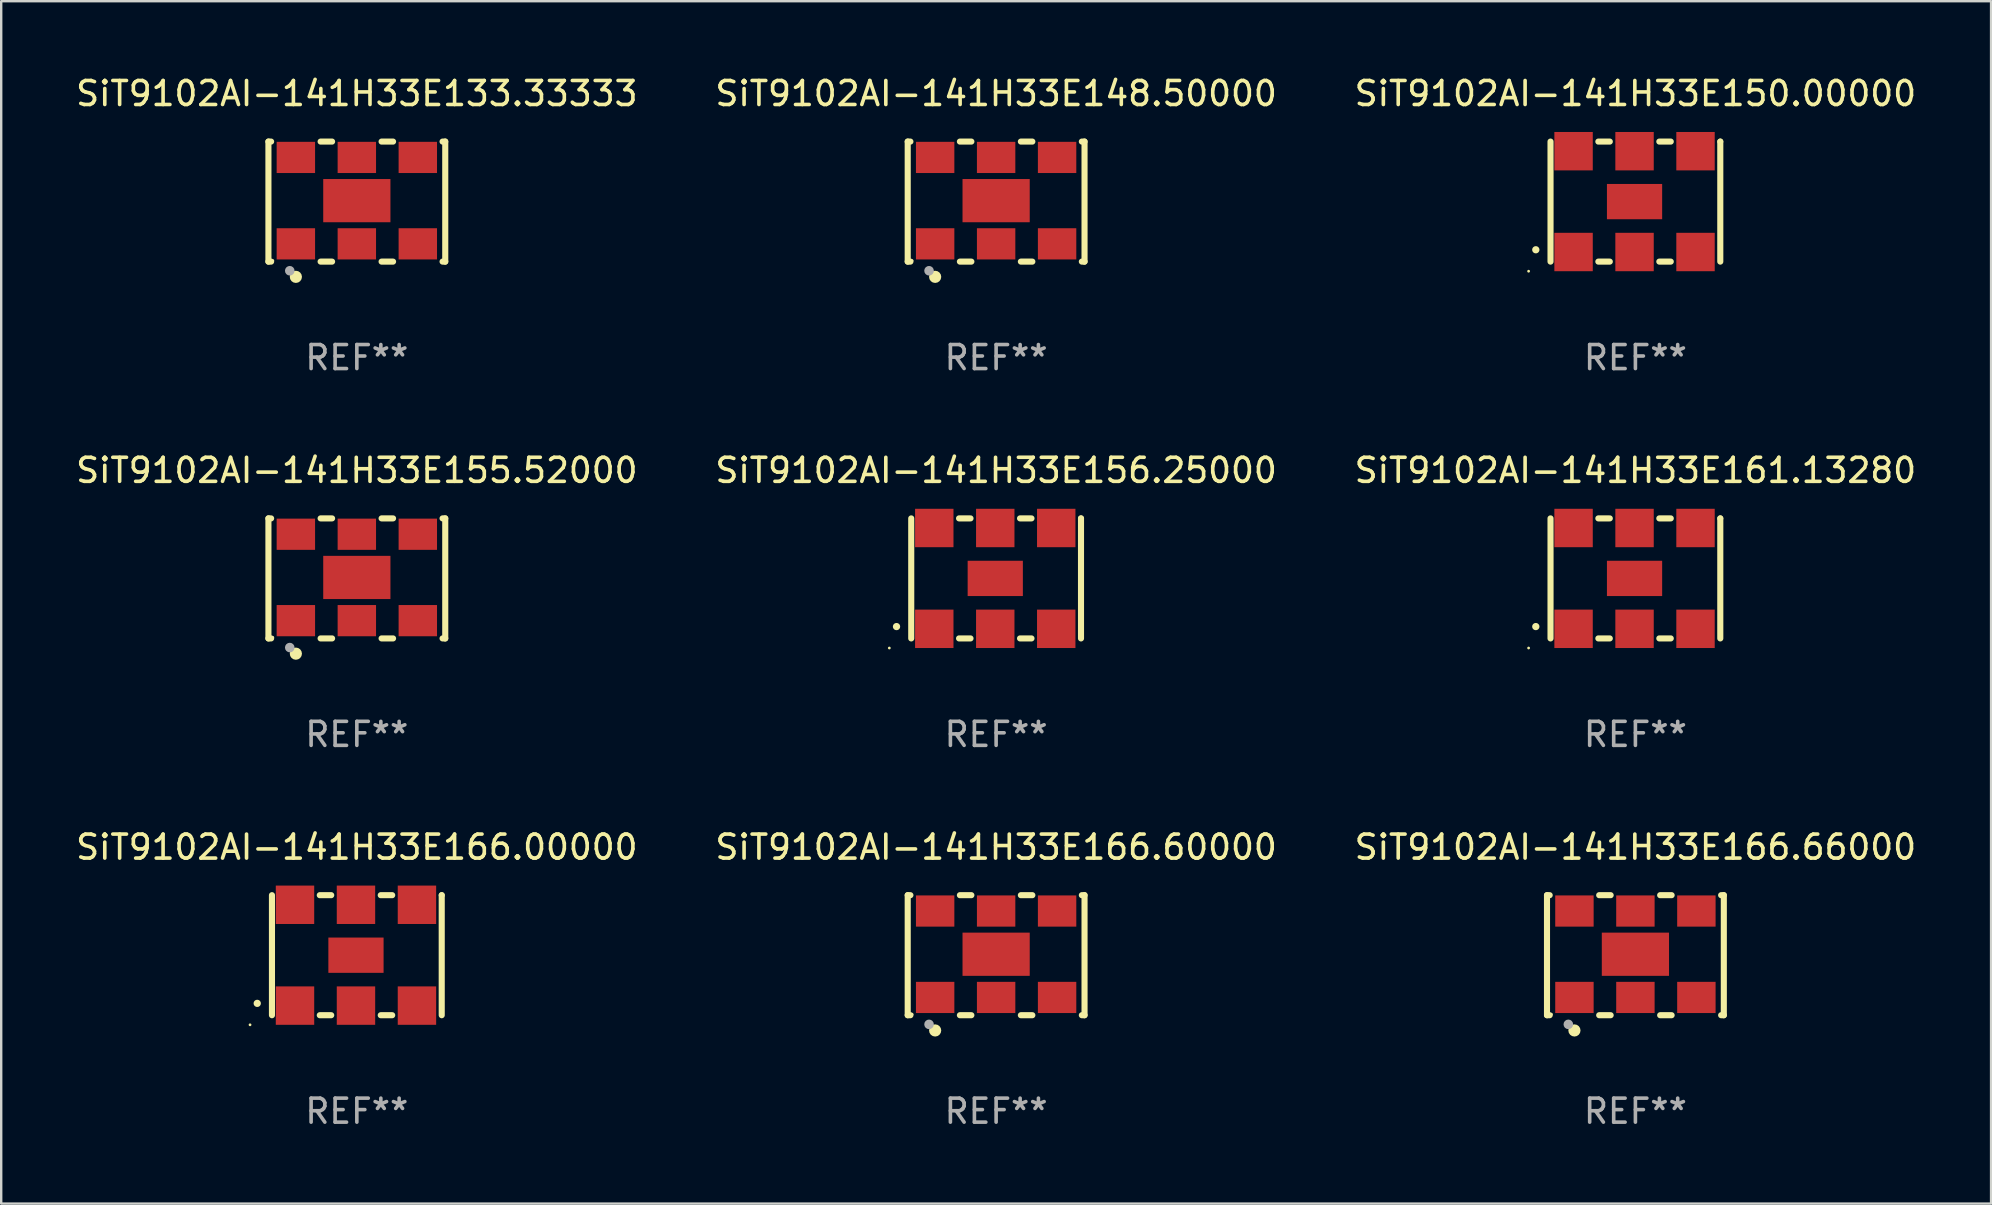
<source format=kicad_pcb>
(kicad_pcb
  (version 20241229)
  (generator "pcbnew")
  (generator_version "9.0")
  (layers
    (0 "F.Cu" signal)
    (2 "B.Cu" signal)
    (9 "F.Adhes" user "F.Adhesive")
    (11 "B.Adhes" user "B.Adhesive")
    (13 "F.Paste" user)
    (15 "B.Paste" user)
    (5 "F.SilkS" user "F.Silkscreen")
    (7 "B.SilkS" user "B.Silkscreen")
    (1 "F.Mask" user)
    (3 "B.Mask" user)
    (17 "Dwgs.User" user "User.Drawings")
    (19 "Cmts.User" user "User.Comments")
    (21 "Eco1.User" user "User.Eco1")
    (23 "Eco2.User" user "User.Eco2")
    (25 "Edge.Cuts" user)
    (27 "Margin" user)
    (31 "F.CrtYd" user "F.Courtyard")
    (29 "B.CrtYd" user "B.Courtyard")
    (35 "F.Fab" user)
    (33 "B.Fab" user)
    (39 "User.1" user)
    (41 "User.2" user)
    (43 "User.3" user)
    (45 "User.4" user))
  (footprint "SiT9102AI-141H33E166.66000"
    (layer "F.Cu")
    (at 65.077 36.741)
    (property "Reference" "SiT9102AI-141H33E166.66000" (at 0 -4.5 0) (layer "F.SilkS") (effects (font (size 1 1) (thickness 0.15))))
    (attr through_hole)
    (fp_line (start -3.683 -2.5) (end -3.571 -2.5) (stroke (width 0.254) (type solid)) (layer "F.SilkS"))
    (fp_line (start -3.683 2.5) (end -3.683 -2.5) (stroke (width 0.254) (type solid)) (layer "F.SilkS"))
    (fp_line (start -3.683 2.5) (end -3.571 2.5) (stroke (width 0.254) (type solid)) (layer "F.SilkS"))
    (fp_line (start -1.509 -2.5) (end -1.031 -2.5) (stroke (width 0.254) (type solid)) (layer "F.SilkS"))
    (fp_line (start -1.509 2.5) (end -1.031 2.5) (stroke (width 0.254) (type solid)) (layer "F.SilkS"))
    (fp_line (start 1.031 -2.5) (end 1.509 -2.5) (stroke (width 0.254) (type solid)) (layer "F.SilkS"))
    (fp_line (start 1.031 2.5) (end 1.509 2.5) (stroke (width 0.254) (type solid)) (layer "F.SilkS"))
    (fp_line (start 3.571 -2.5) (end 3.683 -2.5) (stroke (width 0.254) (type solid)) (layer "F.SilkS"))
    (fp_line (start 3.571 2.5) (end 3.683 2.5) (stroke (width 0.254) (type solid)) (layer "F.SilkS"))
    (fp_line (start 3.683 2.5) (end 3.683 -2.5) (stroke (width 0.254) (type solid)) (layer "F.SilkS"))
    (fp_circle (center -3.5 2.46) (end -3.47 2.46) (stroke (width 0.06) (type solid)) (fill no) (layer "F.SilkS"))
    (fp_circle (center -2.54 3.135) (end -2.413 3.135) (stroke (width 0.254) (type solid)) (fill no) (layer "F.SilkS"))
    (fp_circle (center -2.794 2.881) (end -2.694 2.881) (stroke (width 0.2) (type solid)) (fill no) (layer "F.Fab"))
    (fp_text user "REF**" (at 0 6.5 0) (layer "F.Fab") (effects (font (size 1 1) (thickness 0.15))))
    (pad "1" smd rect (at -2.54 1.76) (size 1.6 1.3) (layers "F.Cu" "F.Mask" "F.Paste"))
    (pad "2" smd rect (at 0 1.76) (size 1.6 1.3) (layers "F.Cu" "F.Mask" "F.Paste"))
    (pad "3" smd rect (at 2.54 1.76) (size 1.6 1.3) (layers "F.Cu" "F.Mask" "F.Paste"))
    (pad "4" smd rect (at 2.54 -1.84) (size 1.6 1.3) (layers "F.Cu" "F.Mask" "F.Paste"))
    (pad "5" smd rect (at 0 -1.84) (size 1.6 1.3) (layers "F.Cu" "F.Mask" "F.Paste"))
    (pad "6" smd rect (at -2.54 -1.84) (size 1.6 1.3) (layers "F.Cu" "F.Mask" "F.Paste"))
    (pad "7" smd rect (at 0 -0.04) (size 2.8 1.8) (layers "F.Cu" "F.Mask" "F.Paste")))
  (footprint "SiT9102AI-141H33E155.52000"
    (layer "F.Cu")
    (at 11.815 21.045)
    (property "Reference" "SiT9102AI-141H33E155.52000" (at 0 -4.5 0) (layer "F.SilkS") (effects (font (size 1 1) (thickness 0.15))))
    (attr through_hole)
    (fp_line (start -3.683 -2.5) (end -3.571 -2.5) (stroke (width 0.254) (type solid)) (layer "F.SilkS"))
    (fp_line (start -3.683 2.5) (end -3.683 -2.5) (stroke (width 0.254) (type solid)) (layer "F.SilkS"))
    (fp_line (start -3.683 2.5) (end -3.571 2.5) (stroke (width 0.254) (type solid)) (layer "F.SilkS"))
    (fp_line (start -1.509 -2.5) (end -1.031 -2.5) (stroke (width 0.254) (type solid)) (layer "F.SilkS"))
    (fp_line (start -1.509 2.5) (end -1.031 2.5) (stroke (width 0.254) (type solid)) (layer "F.SilkS"))
    (fp_line (start 1.031 -2.5) (end 1.509 -2.5) (stroke (width 0.254) (type solid)) (layer "F.SilkS"))
    (fp_line (start 1.031 2.5) (end 1.509 2.5) (stroke (width 0.254) (type solid)) (layer "F.SilkS"))
    (fp_line (start 3.571 -2.5) (end 3.683 -2.5) (stroke (width 0.254) (type solid)) (layer "F.SilkS"))
    (fp_line (start 3.571 2.5) (end 3.683 2.5) (stroke (width 0.254) (type solid)) (layer "F.SilkS"))
    (fp_line (start 3.683 2.5) (end 3.683 -2.5) (stroke (width 0.254) (type solid)) (layer "F.SilkS"))
    (fp_circle (center -3.5 2.46) (end -3.47 2.46) (stroke (width 0.06) (type solid)) (fill no) (layer "F.SilkS"))
    (fp_circle (center -2.54 3.135) (end -2.413 3.135) (stroke (width 0.254) (type solid)) (fill no) (layer "F.SilkS"))
    (fp_circle (center -2.794 2.881) (end -2.694 2.881) (stroke (width 0.2) (type solid)) (fill no) (layer "F.Fab"))
    (fp_text user "REF**" (at 0 6.5 0) (layer "F.Fab") (effects (font (size 1 1) (thickness 0.15))))
    (pad "1" smd rect (at -2.54 1.76) (size 1.6 1.3) (layers "F.Cu" "F.Mask" "F.Paste"))
    (pad "2" smd rect (at 0 1.76) (size 1.6 1.3) (layers "F.Cu" "F.Mask" "F.Paste"))
    (pad "3" smd rect (at 2.54 1.76) (size 1.6 1.3) (layers "F.Cu" "F.Mask" "F.Paste"))
    (pad "4" smd rect (at 2.54 -1.84) (size 1.6 1.3) (layers "F.Cu" "F.Mask" "F.Paste"))
    (pad "5" smd rect (at 0 -1.84) (size 1.6 1.3) (layers "F.Cu" "F.Mask" "F.Paste"))
    (pad "6" smd rect (at -2.54 -1.84) (size 1.6 1.3) (layers "F.Cu" "F.Mask" "F.Paste"))
    (pad "7" smd rect (at 0 -0.04) (size 2.8 1.8) (layers "F.Cu" "F.Mask" "F.Paste")))
  (footprint "SiT9102AI-141H33E161.13280"
    (layer "F.Cu")
    (at 65.077 21.045)
    (property "Reference" "SiT9102AI-141H33E161.13280" (at 0 -4.5 0) (layer "F.SilkS") (effects (font (size 1 1) (thickness 0.15))))
    (attr through_hole)
    (fp_line (start -3.536 -2.5) (end -3.536 2.5) (stroke (width 0.254) (type solid)) (layer "F.SilkS"))
    (fp_line (start -1.544 2.5) (end -1.067 2.5) (stroke (width 0.254) (type solid)) (layer "F.SilkS"))
    (fp_line (start -1.067 -2.5) (end -1.544 -2.5) (stroke (width 0.254) (type solid)) (layer "F.SilkS"))
    (fp_line (start 0.996 2.5) (end 1.473 2.5) (stroke (width 0.254) (type solid)) (layer "F.SilkS"))
    (fp_line (start 1.473 -2.5) (end 0.996 -2.5) (stroke (width 0.254) (type solid)) (layer "F.SilkS"))
    (fp_line (start 3.536 -2.5) (end 3.536 -2.5) (stroke (width 0.254) (type solid)) (layer "F.SilkS"))
    (fp_line (start 3.536 2.5) (end 3.536 -2.5) (stroke (width 0.254) (type solid)) (layer "F.SilkS"))
    (fp_arc (start -4.150432 2.006604) (mid -4.149162 2.006599) (end -4.147892 2.006604) (stroke (width 0.3) (type solid)) (layer "F.SilkS"))
    (fp_circle (center -4.449 2.9) (end -4.419 2.9) (stroke (width 0.06) (type solid)) (fill no) (layer "F.SilkS"))
    (fp_text user "REF**" (at 0 6.5 0) (layer "F.Fab") (effects (font (size 1 1) (thickness 0.15))))
    (pad "1" smd rect (at -2.576 2.1) (size 1.6 1.6) (layers "F.Cu" "F.Mask" "F.Paste"))
    (pad "2" smd rect (at -0.036 2.1) (size 1.6 1.6) (layers "F.Cu" "F.Mask" "F.Paste"))
    (pad "3" smd rect (at 2.504 2.1) (size 1.6 1.6) (layers "F.Cu" "F.Mask" "F.Paste"))
    (pad "4" smd rect (at 2.504 -2.1) (size 1.6 1.6) (layers "F.Cu" "F.Mask" "F.Paste"))
    (pad "5" smd rect (at -0.036 -2.1) (size 1.6 1.6) (layers "F.Cu" "F.Mask" "F.Paste"))
    (pad "6" smd rect (at -2.576 -2.1) (size 1.6 1.6) (layers "F.Cu" "F.Mask" "F.Paste"))
    (pad "7" smd rect (at -0.036 0) (size 2.3 1.47) (layers "F.Cu" "F.Mask" "F.Paste")))
  (footprint "SiT9102AI-141H33E156.25000"
    (layer "F.Cu")
    (at 38.446 21.045)
    (property "Reference" "SiT9102AI-141H33E156.25000" (at 0 -4.5 0) (layer "F.SilkS") (effects (font (size 1 1) (thickness 0.15))))
    (attr through_hole)
    (fp_line (start -3.536 -2.5) (end -3.536 2.5) (stroke (width 0.254) (type solid)) (layer "F.SilkS"))
    (fp_line (start -1.544 2.5) (end -1.067 2.5) (stroke (width 0.254) (type solid)) (layer "F.SilkS"))
    (fp_line (start -1.067 -2.5) (end -1.544 -2.5) (stroke (width 0.254) (type solid)) (layer "F.SilkS"))
    (fp_line (start 0.996 2.5) (end 1.473 2.5) (stroke (width 0.254) (type solid)) (layer "F.SilkS"))
    (fp_line (start 1.473 -2.5) (end 0.996 -2.5) (stroke (width 0.254) (type solid)) (layer "F.SilkS"))
    (fp_line (start 3.536 -2.5) (end 3.536 -2.5) (stroke (width 0.254) (type solid)) (layer "F.SilkS"))
    (fp_line (start 3.536 2.5) (end 3.536 -2.5) (stroke (width 0.254) (type solid)) (layer "F.SilkS"))
    (fp_arc (start -4.150432 2.006604) (mid -4.149162 2.006599) (end -4.147892 2.006604) (stroke (width 0.3) (type solid)) (layer "F.SilkS"))
    (fp_circle (center -4.449 2.9) (end -4.419 2.9) (stroke (width 0.06) (type solid)) (fill no) (layer "F.SilkS"))
    (fp_text user "REF**" (at 0 6.5 0) (layer "F.Fab") (effects (font (size 1 1) (thickness 0.15))))
    (pad "1" smd rect (at -2.576 2.1) (size 1.6 1.6) (layers "F.Cu" "F.Mask" "F.Paste"))
    (pad "2" smd rect (at -0.036 2.1) (size 1.6 1.6) (layers "F.Cu" "F.Mask" "F.Paste"))
    (pad "3" smd rect (at 2.504 2.1) (size 1.6 1.6) (layers "F.Cu" "F.Mask" "F.Paste"))
    (pad "4" smd rect (at 2.504 -2.1) (size 1.6 1.6) (layers "F.Cu" "F.Mask" "F.Paste"))
    (pad "5" smd rect (at -0.036 -2.1) (size 1.6 1.6) (layers "F.Cu" "F.Mask" "F.Paste"))
    (pad "6" smd rect (at -2.576 -2.1) (size 1.6 1.6) (layers "F.Cu" "F.Mask" "F.Paste"))
    (pad "7" smd rect (at -0.036 0) (size 2.3 1.47) (layers "F.Cu" "F.Mask" "F.Paste")))
  (footprint "SiT9102AI-141H33E133.33333"
    (layer "F.Cu")
    (at 11.815 5.348)
    (property "Reference" "SiT9102AI-141H33E133.33333" (at 0 -4.5 0) (layer "F.SilkS") (effects (font (size 1 1) (thickness 0.15))))
    (attr through_hole)
    (fp_line (start -3.683 -2.5) (end -3.571 -2.5) (stroke (width 0.254) (type solid)) (layer "F.SilkS"))
    (fp_line (start -3.683 2.5) (end -3.683 -2.5) (stroke (width 0.254) (type solid)) (layer "F.SilkS"))
    (fp_line (start -3.683 2.5) (end -3.571 2.5) (stroke (width 0.254) (type solid)) (layer "F.SilkS"))
    (fp_line (start -1.509 -2.5) (end -1.031 -2.5) (stroke (width 0.254) (type solid)) (layer "F.SilkS"))
    (fp_line (start -1.509 2.5) (end -1.031 2.5) (stroke (width 0.254) (type solid)) (layer "F.SilkS"))
    (fp_line (start 1.031 -2.5) (end 1.509 -2.5) (stroke (width 0.254) (type solid)) (layer "F.SilkS"))
    (fp_line (start 1.031 2.5) (end 1.509 2.5) (stroke (width 0.254) (type solid)) (layer "F.SilkS"))
    (fp_line (start 3.571 -2.5) (end 3.683 -2.5) (stroke (width 0.254) (type solid)) (layer "F.SilkS"))
    (fp_line (start 3.571 2.5) (end 3.683 2.5) (stroke (width 0.254) (type solid)) (layer "F.SilkS"))
    (fp_line (start 3.683 2.5) (end 3.683 -2.5) (stroke (width 0.254) (type solid)) (layer "F.SilkS"))
    (fp_circle (center -3.5 2.46) (end -3.47 2.46) (stroke (width 0.06) (type solid)) (fill no) (layer "F.SilkS"))
    (fp_circle (center -2.54 3.135) (end -2.413 3.135) (stroke (width 0.254) (type solid)) (fill no) (layer "F.SilkS"))
    (fp_circle (center -2.794 2.881) (end -2.694 2.881) (stroke (width 0.2) (type solid)) (fill no) (layer "F.Fab"))
    (fp_text user "REF**" (at 0 6.5 0) (layer "F.Fab") (effects (font (size 1 1) (thickness 0.15))))
    (pad "1" smd rect (at -2.54 1.76) (size 1.6 1.3) (layers "F.Cu" "F.Mask" "F.Paste"))
    (pad "2" smd rect (at 0 1.76) (size 1.6 1.3) (layers "F.Cu" "F.Mask" "F.Paste"))
    (pad "3" smd rect (at 2.54 1.76) (size 1.6 1.3) (layers "F.Cu" "F.Mask" "F.Paste"))
    (pad "4" smd rect (at 2.54 -1.84) (size 1.6 1.3) (layers "F.Cu" "F.Mask" "F.Paste"))
    (pad "5" smd rect (at 0 -1.84) (size 1.6 1.3) (layers "F.Cu" "F.Mask" "F.Paste"))
    (pad "6" smd rect (at -2.54 -1.84) (size 1.6 1.3) (layers "F.Cu" "F.Mask" "F.Paste"))
    (pad "7" smd rect (at 0 -0.04) (size 2.8 1.8) (layers "F.Cu" "F.Mask" "F.Paste")))
  (footprint "SiT9102AI-141H33E166.60000"
    (layer "F.Cu")
    (at 38.446 36.741)
    (property "Reference" "SiT9102AI-141H33E166.60000" (at 0 -4.5 0) (layer "F.SilkS") (effects (font (size 1 1) (thickness 0.15))))
    (attr through_hole)
    (fp_line (start -3.683 -2.5) (end -3.571 -2.5) (stroke (width 0.254) (type solid)) (layer "F.SilkS"))
    (fp_line (start -3.683 2.5) (end -3.683 -2.5) (stroke (width 0.254) (type solid)) (layer "F.SilkS"))
    (fp_line (start -3.683 2.5) (end -3.571 2.5) (stroke (width 0.254) (type solid)) (layer "F.SilkS"))
    (fp_line (start -1.509 -2.5) (end -1.031 -2.5) (stroke (width 0.254) (type solid)) (layer "F.SilkS"))
    (fp_line (start -1.509 2.5) (end -1.031 2.5) (stroke (width 0.254) (type solid)) (layer "F.SilkS"))
    (fp_line (start 1.031 -2.5) (end 1.509 -2.5) (stroke (width 0.254) (type solid)) (layer "F.SilkS"))
    (fp_line (start 1.031 2.5) (end 1.509 2.5) (stroke (width 0.254) (type solid)) (layer "F.SilkS"))
    (fp_line (start 3.571 -2.5) (end 3.683 -2.5) (stroke (width 0.254) (type solid)) (layer "F.SilkS"))
    (fp_line (start 3.571 2.5) (end 3.683 2.5) (stroke (width 0.254) (type solid)) (layer "F.SilkS"))
    (fp_line (start 3.683 2.5) (end 3.683 -2.5) (stroke (width 0.254) (type solid)) (layer "F.SilkS"))
    (fp_circle (center -3.5 2.46) (end -3.47 2.46) (stroke (width 0.06) (type solid)) (fill no) (layer "F.SilkS"))
    (fp_circle (center -2.54 3.135) (end -2.413 3.135) (stroke (width 0.254) (type solid)) (fill no) (layer "F.SilkS"))
    (fp_circle (center -2.794 2.881) (end -2.694 2.881) (stroke (width 0.2) (type solid)) (fill no) (layer "F.Fab"))
    (fp_text user "REF**" (at 0 6.5 0) (layer "F.Fab") (effects (font (size 1 1) (thickness 0.15))))
    (pad "1" smd rect (at -2.54 1.76) (size 1.6 1.3) (layers "F.Cu" "F.Mask" "F.Paste"))
    (pad "2" smd rect (at 0 1.76) (size 1.6 1.3) (layers "F.Cu" "F.Mask" "F.Paste"))
    (pad "3" smd rect (at 2.54 1.76) (size 1.6 1.3) (layers "F.Cu" "F.Mask" "F.Paste"))
    (pad "4" smd rect (at 2.54 -1.84) (size 1.6 1.3) (layers "F.Cu" "F.Mask" "F.Paste"))
    (pad "5" smd rect (at 0 -1.84) (size 1.6 1.3) (layers "F.Cu" "F.Mask" "F.Paste"))
    (pad "6" smd rect (at -2.54 -1.84) (size 1.6 1.3) (layers "F.Cu" "F.Mask" "F.Paste"))
    (pad "7" smd rect (at 0 -0.04) (size 2.8 1.8) (layers "F.Cu" "F.Mask" "F.Paste")))
  (footprint "SiT9102AI-141H33E148.50000"
    (layer "F.Cu")
    (at 38.446 5.348)
    (property "Reference" "SiT9102AI-141H33E148.50000" (at 0 -4.5 0) (layer "F.SilkS") (effects (font (size 1 1) (thickness 0.15))))
    (attr through_hole)
    (fp_line (start -3.683 -2.5) (end -3.571 -2.5) (stroke (width 0.254) (type solid)) (layer "F.SilkS"))
    (fp_line (start -3.683 2.5) (end -3.683 -2.5) (stroke (width 0.254) (type solid)) (layer "F.SilkS"))
    (fp_line (start -3.683 2.5) (end -3.571 2.5) (stroke (width 0.254) (type solid)) (layer "F.SilkS"))
    (fp_line (start -1.509 -2.5) (end -1.031 -2.5) (stroke (width 0.254) (type solid)) (layer "F.SilkS"))
    (fp_line (start -1.509 2.5) (end -1.031 2.5) (stroke (width 0.254) (type solid)) (layer "F.SilkS"))
    (fp_line (start 1.031 -2.5) (end 1.509 -2.5) (stroke (width 0.254) (type solid)) (layer "F.SilkS"))
    (fp_line (start 1.031 2.5) (end 1.509 2.5) (stroke (width 0.254) (type solid)) (layer "F.SilkS"))
    (fp_line (start 3.571 -2.5) (end 3.683 -2.5) (stroke (width 0.254) (type solid)) (layer "F.SilkS"))
    (fp_line (start 3.571 2.5) (end 3.683 2.5) (stroke (width 0.254) (type solid)) (layer "F.SilkS"))
    (fp_line (start 3.683 2.5) (end 3.683 -2.5) (stroke (width 0.254) (type solid)) (layer "F.SilkS"))
    (fp_circle (center -3.5 2.46) (end -3.47 2.46) (stroke (width 0.06) (type solid)) (fill no) (layer "F.SilkS"))
    (fp_circle (center -2.54 3.135) (end -2.413 3.135) (stroke (width 0.254) (type solid)) (fill no) (layer "F.SilkS"))
    (fp_circle (center -2.794 2.881) (end -2.694 2.881) (stroke (width 0.2) (type solid)) (fill no) (layer "F.Fab"))
    (fp_text user "REF**" (at 0 6.5 0) (layer "F.Fab") (effects (font (size 1 1) (thickness 0.15))))
    (pad "1" smd rect (at -2.54 1.76) (size 1.6 1.3) (layers "F.Cu" "F.Mask" "F.Paste"))
    (pad "2" smd rect (at 0 1.76) (size 1.6 1.3) (layers "F.Cu" "F.Mask" "F.Paste"))
    (pad "3" smd rect (at 2.54 1.76) (size 1.6 1.3) (layers "F.Cu" "F.Mask" "F.Paste"))
    (pad "4" smd rect (at 2.54 -1.84) (size 1.6 1.3) (layers "F.Cu" "F.Mask" "F.Paste"))
    (pad "5" smd rect (at 0 -1.84) (size 1.6 1.3) (layers "F.Cu" "F.Mask" "F.Paste"))
    (pad "6" smd rect (at -2.54 -1.84) (size 1.6 1.3) (layers "F.Cu" "F.Mask" "F.Paste"))
    (pad "7" smd rect (at 0 -0.04) (size 2.8 1.8) (layers "F.Cu" "F.Mask" "F.Paste")))
  (footprint "SiT9102AI-141H33E150.00000"
    (layer "F.Cu")
    (at 65.077 5.348)
    (property "Reference" "SiT9102AI-141H33E150.00000" (at 0 -4.5 0) (layer "F.SilkS") (effects (font (size 1 1) (thickness 0.15))))
    (attr through_hole)
    (fp_line (start -3.536 -2.5) (end -3.536 2.5) (stroke (width 0.254) (type solid)) (layer "F.SilkS"))
    (fp_line (start -1.544 2.5) (end -1.067 2.5) (stroke (width 0.254) (type solid)) (layer "F.SilkS"))
    (fp_line (start -1.067 -2.5) (end -1.544 -2.5) (stroke (width 0.254) (type solid)) (layer "F.SilkS"))
    (fp_line (start 0.996 2.5) (end 1.473 2.5) (stroke (width 0.254) (type solid)) (layer "F.SilkS"))
    (fp_line (start 1.473 -2.5) (end 0.996 -2.5) (stroke (width 0.254) (type solid)) (layer "F.SilkS"))
    (fp_line (start 3.536 -2.5) (end 3.536 -2.5) (stroke (width 0.254) (type solid)) (layer "F.SilkS"))
    (fp_line (start 3.536 2.5) (end 3.536 -2.5) (stroke (width 0.254) (type solid)) (layer "F.SilkS"))
    (fp_arc (start -4.150432 2.006604) (mid -4.149162 2.006599) (end -4.147892 2.006604) (stroke (width 0.3) (type solid)) (layer "F.SilkS"))
    (fp_circle (center -4.449 2.9) (end -4.419 2.9) (stroke (width 0.06) (type solid)) (fill no) (layer "F.SilkS"))
    (fp_text user "REF**" (at 0 6.5 0) (layer "F.Fab") (effects (font (size 1 1) (thickness 0.15))))
    (pad "1" smd rect (at -2.576 2.1) (size 1.6 1.6) (layers "F.Cu" "F.Mask" "F.Paste"))
    (pad "2" smd rect (at -0.036 2.1) (size 1.6 1.6) (layers "F.Cu" "F.Mask" "F.Paste"))
    (pad "3" smd rect (at 2.504 2.1) (size 1.6 1.6) (layers "F.Cu" "F.Mask" "F.Paste"))
    (pad "4" smd rect (at 2.504 -2.1) (size 1.6 1.6) (layers "F.Cu" "F.Mask" "F.Paste"))
    (pad "5" smd rect (at -0.036 -2.1) (size 1.6 1.6) (layers "F.Cu" "F.Mask" "F.Paste"))
    (pad "6" smd rect (at -2.576 -2.1) (size 1.6 1.6) (layers "F.Cu" "F.Mask" "F.Paste"))
    (pad "7" smd rect (at -0.036 0) (size 2.3 1.47) (layers "F.Cu" "F.Mask" "F.Paste")))
  (footprint "SiT9102AI-141H33E166.00000"
    (layer "F.Cu")
    (at 11.815 36.741)
    (property "Reference" "SiT9102AI-141H33E166.00000" (at 0 -4.5 0) (layer "F.SilkS") (effects (font (size 1 1) (thickness 0.15))))
    (attr through_hole)
    (fp_line (start -3.536 -2.5) (end -3.536 2.5) (stroke (width 0.254) (type solid)) (layer "F.SilkS"))
    (fp_line (start -1.544 2.5) (end -1.067 2.5) (stroke (width 0.254) (type solid)) (layer "F.SilkS"))
    (fp_line (start -1.067 -2.5) (end -1.544 -2.5) (stroke (width 0.254) (type solid)) (layer "F.SilkS"))
    (fp_line (start 0.996 2.5) (end 1.473 2.5) (stroke (width 0.254) (type solid)) (layer "F.SilkS"))
    (fp_line (start 1.473 -2.5) (end 0.996 -2.5) (stroke (width 0.254) (type solid)) (layer "F.SilkS"))
    (fp_line (start 3.536 -2.5) (end 3.536 -2.5) (stroke (width 0.254) (type solid)) (layer "F.SilkS"))
    (fp_line (start 3.536 2.5) (end 3.536 -2.5) (stroke (width 0.254) (type solid)) (layer "F.SilkS"))
    (fp_arc (start -4.150432 2.006604) (mid -4.149162 2.006599) (end -4.147892 2.006604) (stroke (width 0.3) (type solid)) (layer "F.SilkS"))
    (fp_circle (center -4.449 2.9) (end -4.419 2.9) (stroke (width 0.06) (type solid)) (fill no) (layer "F.SilkS"))
    (fp_text user "REF**" (at 0 6.5 0) (layer "F.Fab") (effects (font (size 1 1) (thickness 0.15))))
    (pad "1" smd rect (at -2.576 2.1) (size 1.6 1.6) (layers "F.Cu" "F.Mask" "F.Paste"))
    (pad "2" smd rect (at -0.036 2.1) (size 1.6 1.6) (layers "F.Cu" "F.Mask" "F.Paste"))
    (pad "3" smd rect (at 2.504 2.1) (size 1.6 1.6) (layers "F.Cu" "F.Mask" "F.Paste"))
    (pad "4" smd rect (at 2.504 -2.1) (size 1.6 1.6) (layers "F.Cu" "F.Mask" "F.Paste"))
    (pad "5" smd rect (at -0.036 -2.1) (size 1.6 1.6) (layers "F.Cu" "F.Mask" "F.Paste"))
    (pad "6" smd rect (at -2.576 -2.1) (size 1.6 1.6) (layers "F.Cu" "F.Mask" "F.Paste"))
    (pad "7" smd rect (at -0.036 0) (size 2.3 1.47) (layers "F.Cu" "F.Mask" "F.Paste")))
  (gr_rect
    (start -3 -3)
    (end 79.893 47.09)
    (stroke (width 0.1) (type default))
    (fill no)
    (layer "Edge.Cuts")))
</source>
